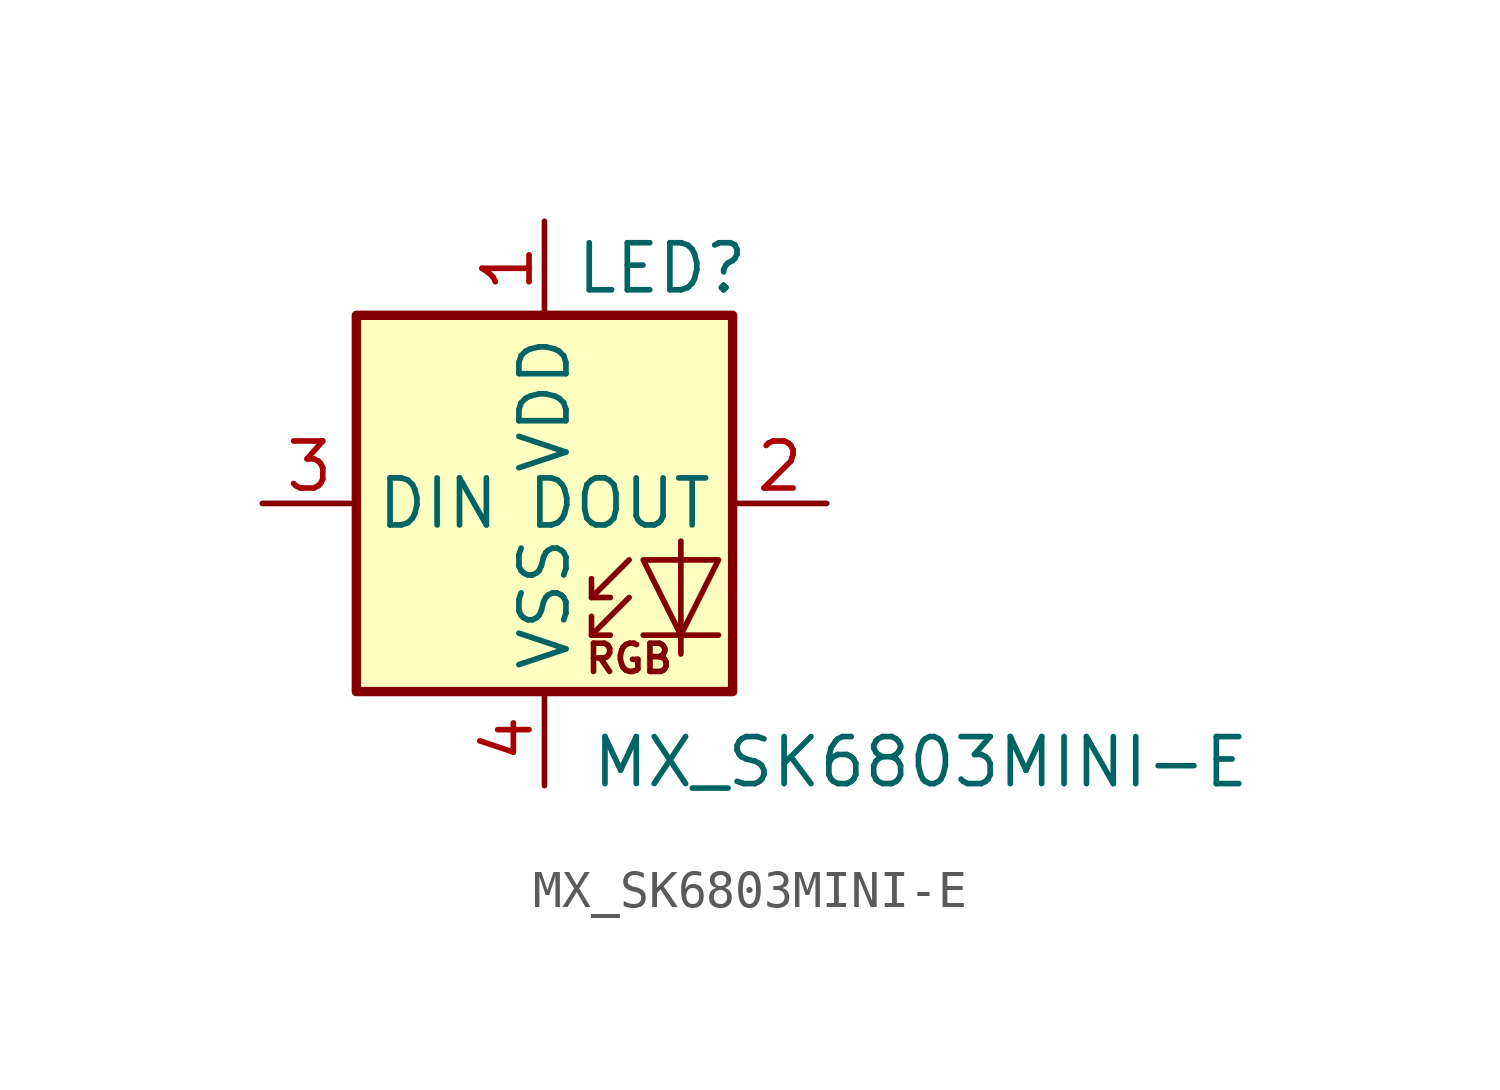
<source format=kicad_sym>
(kicad_symbol_lib
  (version 20241209)
  (generator "kicad_symbol_editor")
  (generator_version "9.0")
  (symbol "MX_SK6803MINI-E"
    (property "Reference" "LED"
      (at 3.175 6.35 0)
      (effects (font (size 1.27 1.27))))
    (property "Value" "MX_SK6803MINI-E"
      (at 10.16 -6.985 0)
      (effects (font (size 1.27 1.27))))
    (symbol "MX_SK6803MINI-E_0_0"
      (text "RGB" (at 2.286 -4.191 0) (effects (font (size 0.762 0.762)))))
    (symbol "MX_SK6803MINI-E_0_1"
      (rectangle (start -5.08 5.08) (end 5.08 -5.08) (stroke (width 0.254) (type default)) (fill (type background)))
      (polyline (pts (xy 1.27 -2.54) (xy 1.778 -2.54)) (stroke (width 0) (type default)) (fill (type none)))
      (polyline (pts (xy 1.27 -3.556) (xy 1.778 -3.556)) (stroke (width 0) (type default)) (fill (type none)))
      (polyline (pts (xy 2.286 -1.524) (xy 1.27 -2.54) (xy 1.27 -2.032)) (stroke (width 0) (type default)) (fill (type none)))
      (polyline (pts (xy 2.286 -2.54) (xy 1.27 -3.556) (xy 1.27 -3.048)) (stroke (width 0) (type default)) (fill (type none)))
      (polyline (pts (xy 3.683 -1.016) (xy 3.683 -3.556) (xy 3.683 -4.064)) (stroke (width 0) (type default)) (fill (type none)))
      (polyline (pts (xy 4.699 -1.524) (xy 2.667 -1.524) (xy 3.683 -3.556) (xy 4.699 -1.524)) (stroke (width 0) (type default)) (fill (type none)))
      (polyline (pts (xy 4.699 -3.556) (xy 2.667 -3.556)) (stroke (width 0) (type default)) (fill (type none))))
    (symbol "MX_SK6803MINI-E_1_1"
      (pin input line (at -7.62 0 0) (length 2.54) (name "DIN" (effects (font (size 1.27 1.27)))) (number "3" (effects (font (size 1.27 1.27)))))
      (pin power_in line (at 0 7.62 270) (length 2.54) (name "VDD" (effects (font (size 1.27 1.27)))) (number "1" (effects (font (size 1.27 1.27)))))
      (pin power_in line (at 0 -7.62 90) (length 2.54) (name "VSS" (effects (font (size 1.27 1.27)))) (number "4" (effects (font (size 1.27 1.27)))))
      (pin output line (at 7.62 0 180) (length 2.54) (name "DOUT" (effects (font (size 1.27 1.27)))) (number "2" (effects (font (size 1.27 1.27))))))))
</source>
